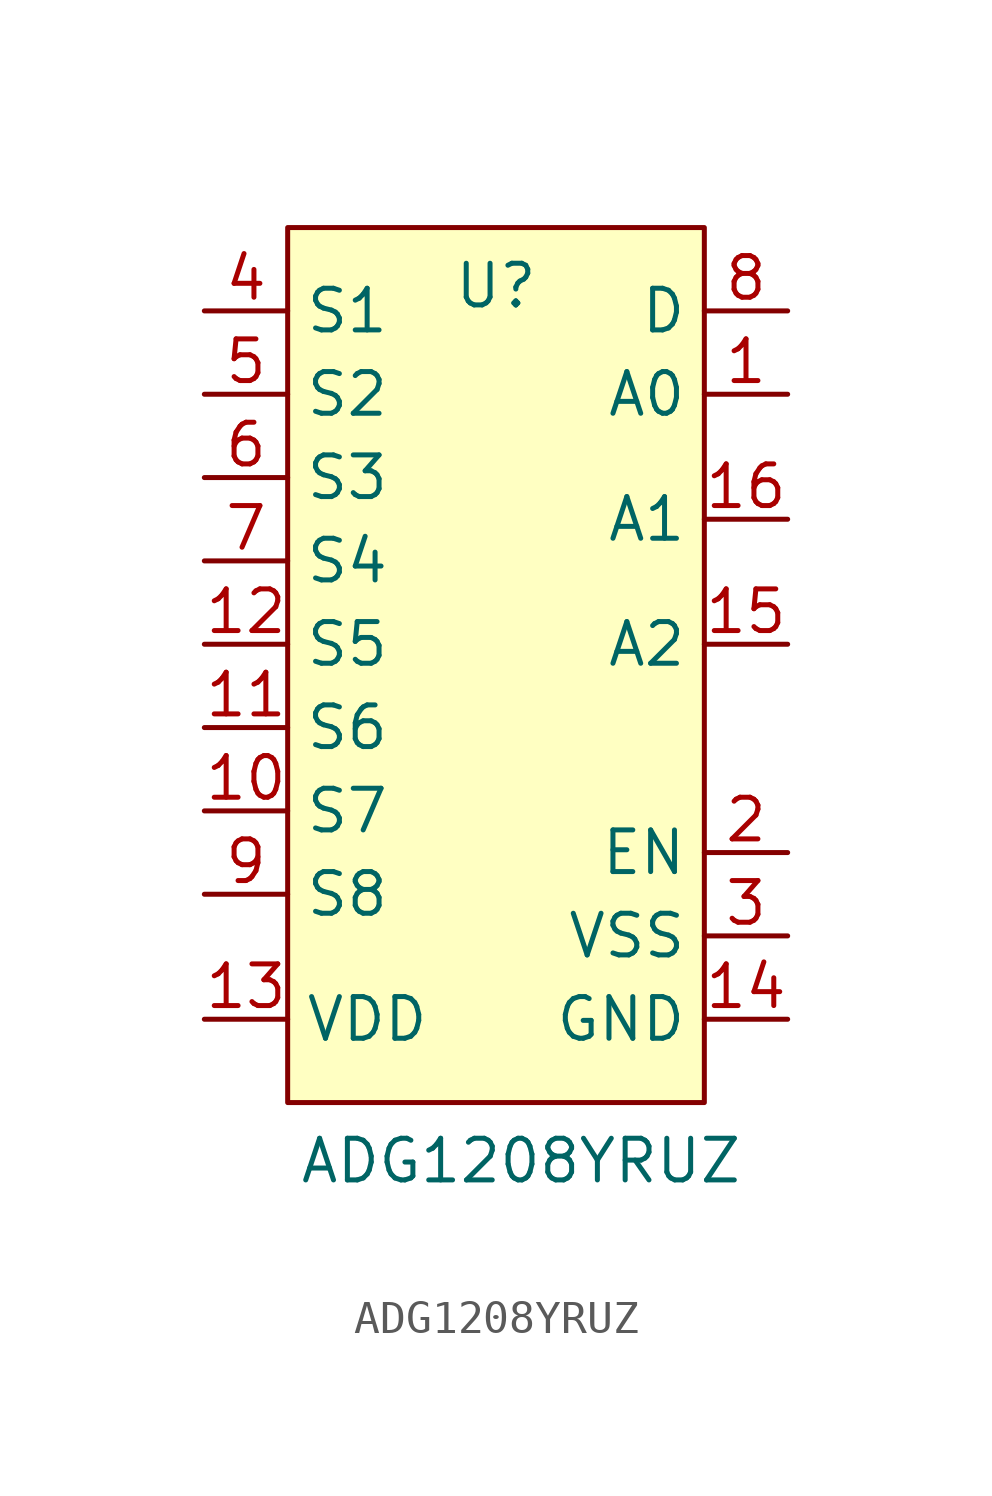
<source format=kicad_sym>
(kicad_symbol_lib
  (version 20231120)
  (generator "kicad_symbol_editor")
  (generator_version "8.0")
  (symbol "ADG1208YRUZ"
    (property "Reference" "U"
      (at 0 17.272 0)
      (effects (font (size 1.27 1.27))))
    (property "Value" "ADG1208YRUZ"
      (at 0.762 -9.398 0)
      (effects (font (size 1.27 1.27))))
    (symbol "ADG1208YRUZ_1_0"
      (pin passive line (at 8.89 13.97 180) (length 2.54) (name "A0" (effects (font (size 1.27 1.27)))) (number "1" (effects (font (size 1.27 1.27)))))
      (pin passive line (at -8.89 -5.08 0) (length 2.54) (name "VDD" (effects (font (size 1.27 1.27)))) (number "13" (effects (font (size 1.27 1.27)))))
      (pin passive line (at 8.89 -5.08 180) (length 2.54) (name "GND" (effects (font (size 1.27 1.27)))) (number "14" (effects (font (size 1.27 1.27)))))
      (pin passive line (at 8.89 6.35 180) (length 2.54) (name "A2" (effects (font (size 1.27 1.27)))) (number "15" (effects (font (size 1.27 1.27)))))
      (pin passive line (at 8.89 10.16 180) (length 2.54) (name "A1" (effects (font (size 1.27 1.27)))) (number "16" (effects (font (size 1.27 1.27)))))
      (pin passive line (at 8.89 0 180) (length 2.54) (name "EN" (effects (font (size 1.27 1.27)))) (number "2" (effects (font (size 1.27 1.27)))))
      (pin passive line (at 8.89 -2.54 180) (length 2.54) (name "VSS" (effects (font (size 1.27 1.27)))) (number "3" (effects (font (size 1.27 1.27)))))
      (pin passive line (at 8.89 16.51 180) (length 2.54) (name "D" (effects (font (size 1.27 1.27)))) (number "8" (effects (font (size 1.27 1.27))))))
    (symbol "ADG1208YRUZ_1_1"
      (rectangle (start -6.35 19.05) (end 6.35 -7.62) (stroke (width 0) (type default)) (fill (type background)))
      (pin passive line (at -8.89 1.27 0) (length 2.54) (name "S7" (effects (font (size 1.27 1.27)))) (number "10" (effects (font (size 1.27 1.27)))))
      (pin passive line (at -8.89 3.81 0) (length 2.54) (name "S6" (effects (font (size 1.27 1.27)))) (number "11" (effects (font (size 1.27 1.27)))))
      (pin passive line (at -8.89 6.35 0) (length 2.54) (name "S5" (effects (font (size 1.27 1.27)))) (number "12" (effects (font (size 1.27 1.27)))))
      (pin passive line (at -8.89 16.51 0) (length 2.54) (name "S1" (effects (font (size 1.27 1.27)))) (number "4" (effects (font (size 1.27 1.27)))))
      (pin passive line (at -8.89 13.97 0) (length 2.54) (name "S2" (effects (font (size 1.27 1.27)))) (number "5" (effects (font (size 1.27 1.27)))))
      (pin passive line (at -8.89 11.43 0) (length 2.54) (name "S3" (effects (font (size 1.27 1.27)))) (number "6" (effects (font (size 1.27 1.27)))))
      (pin passive line (at -8.89 8.89 0) (length 2.54) (name "S4" (effects (font (size 1.27 1.27)))) (number "7" (effects (font (size 1.27 1.27)))))
      (pin passive line (at -8.89 -1.27 0) (length 2.54) (name "S8" (effects (font (size 1.27 1.27)))) (number "9" (effects (font (size 1.27 1.27))))))))
</source>
